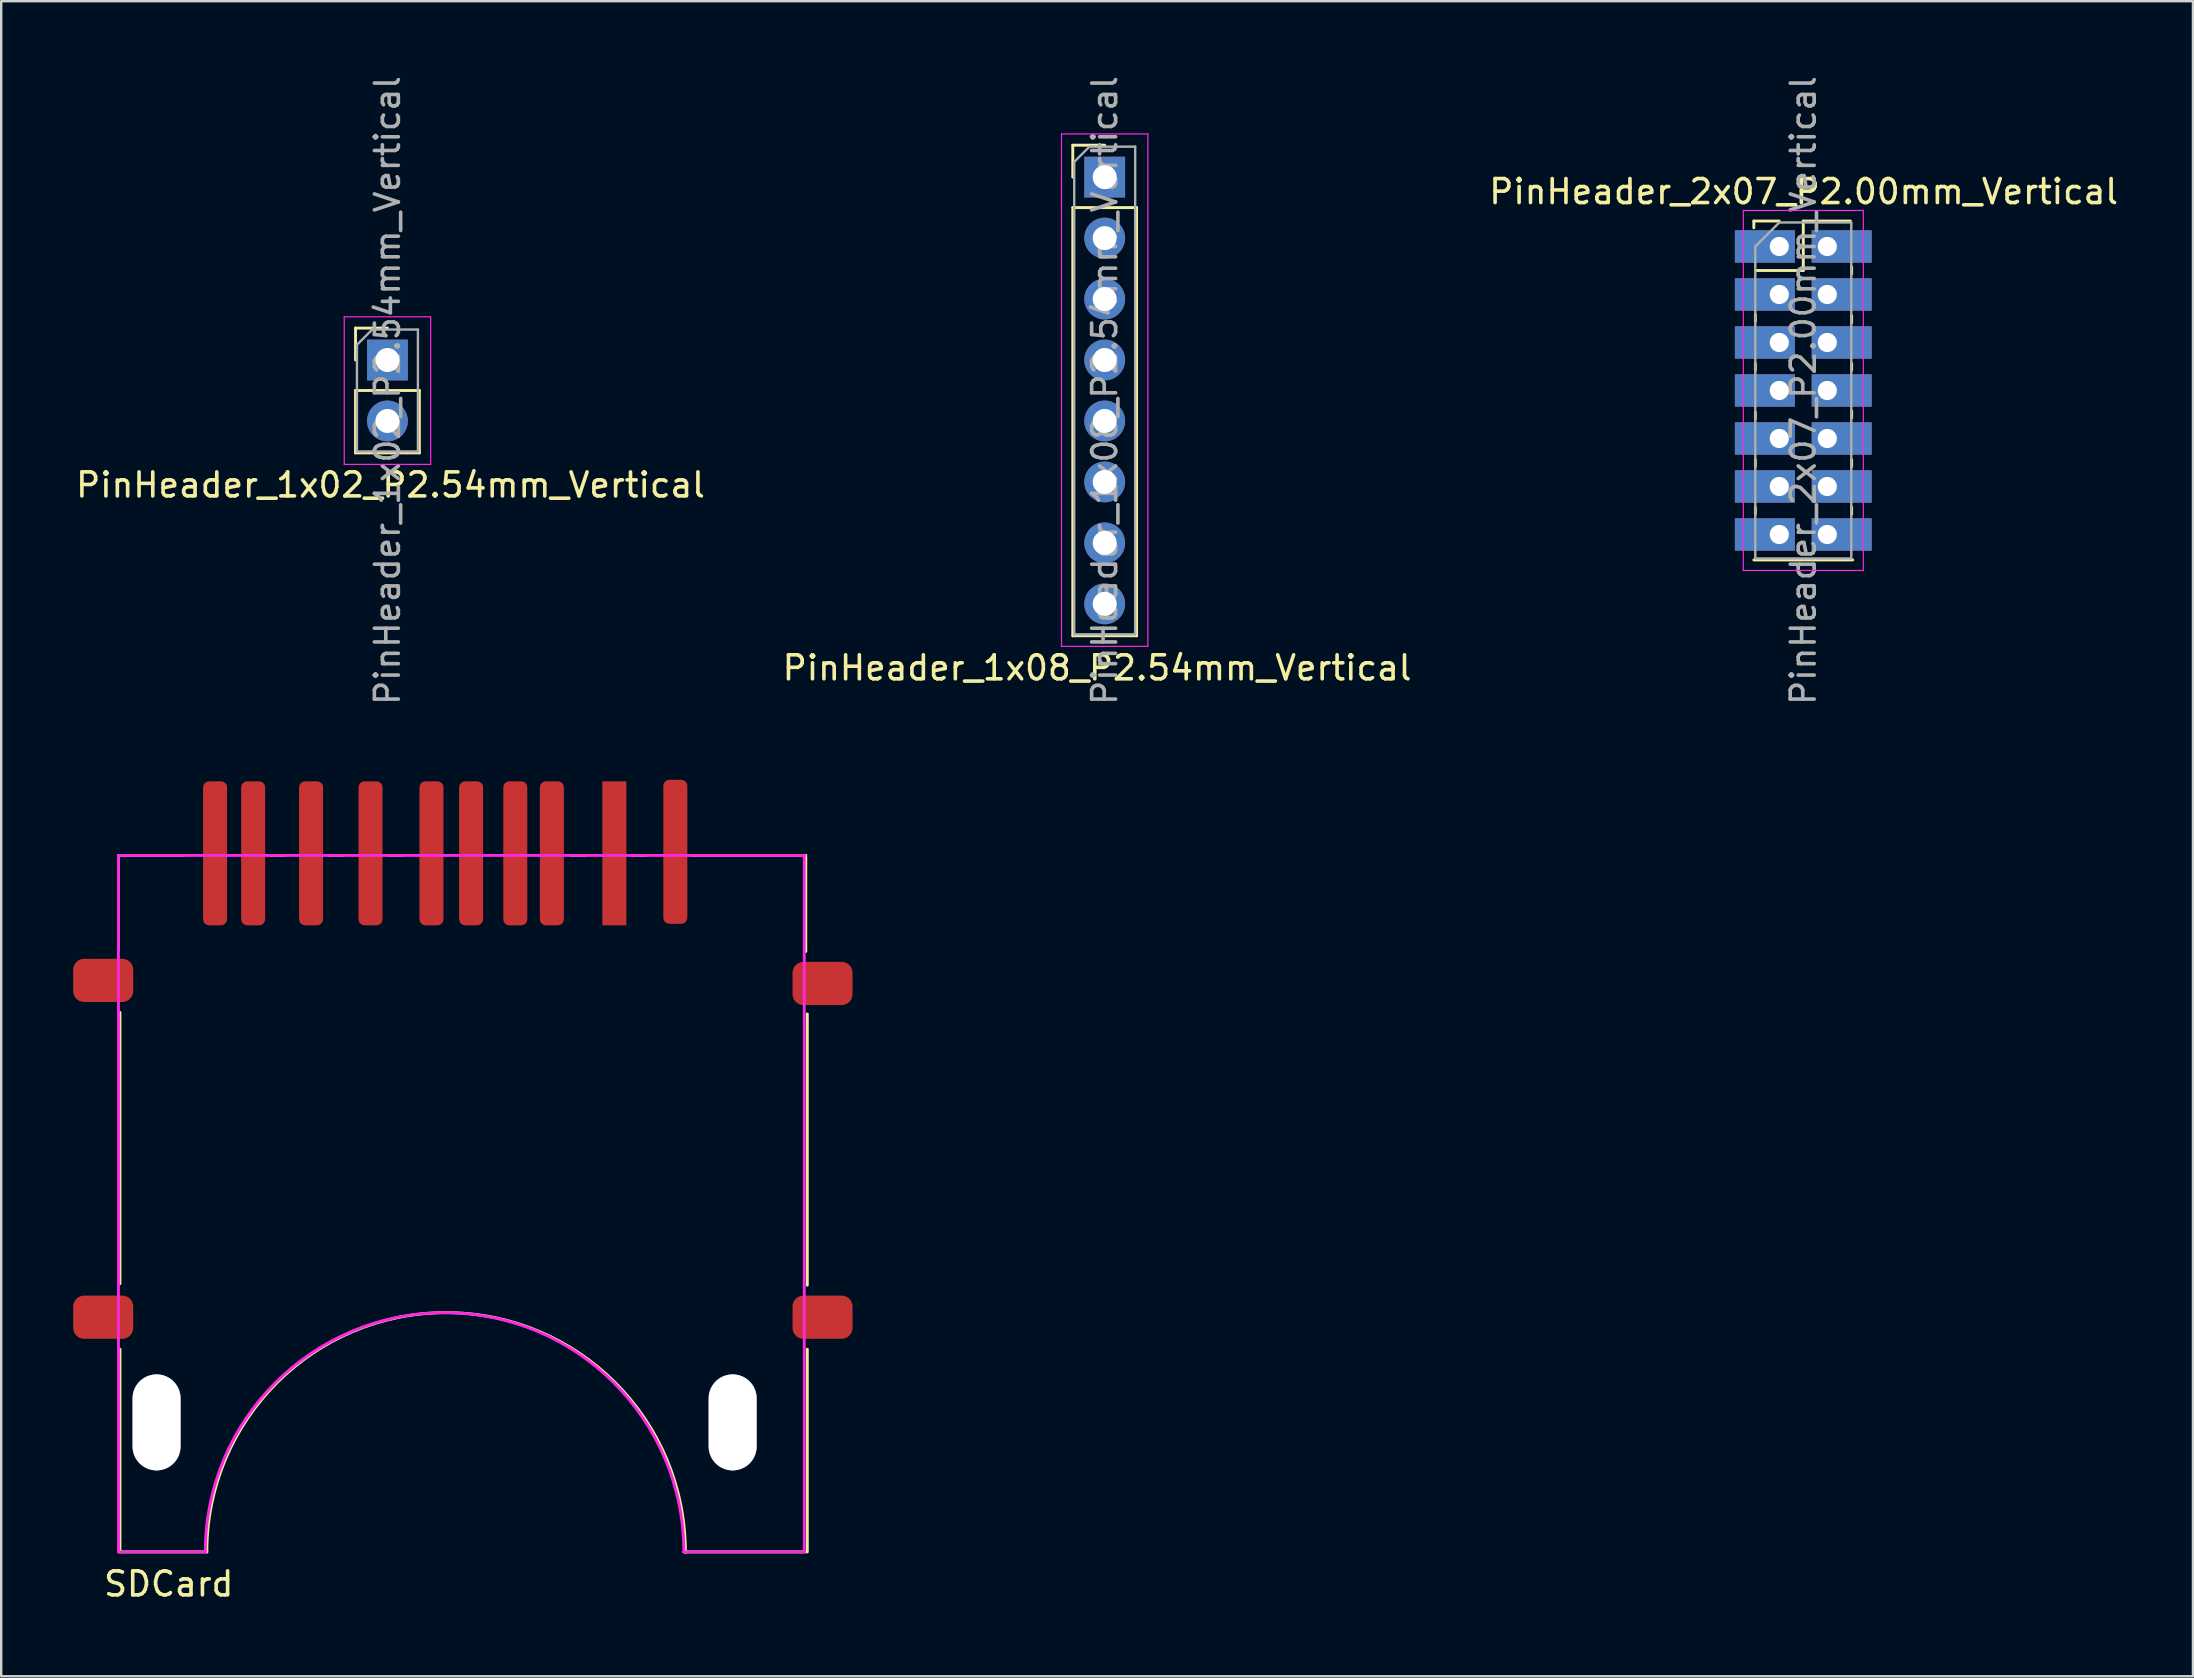
<source format=kicad_pcb>
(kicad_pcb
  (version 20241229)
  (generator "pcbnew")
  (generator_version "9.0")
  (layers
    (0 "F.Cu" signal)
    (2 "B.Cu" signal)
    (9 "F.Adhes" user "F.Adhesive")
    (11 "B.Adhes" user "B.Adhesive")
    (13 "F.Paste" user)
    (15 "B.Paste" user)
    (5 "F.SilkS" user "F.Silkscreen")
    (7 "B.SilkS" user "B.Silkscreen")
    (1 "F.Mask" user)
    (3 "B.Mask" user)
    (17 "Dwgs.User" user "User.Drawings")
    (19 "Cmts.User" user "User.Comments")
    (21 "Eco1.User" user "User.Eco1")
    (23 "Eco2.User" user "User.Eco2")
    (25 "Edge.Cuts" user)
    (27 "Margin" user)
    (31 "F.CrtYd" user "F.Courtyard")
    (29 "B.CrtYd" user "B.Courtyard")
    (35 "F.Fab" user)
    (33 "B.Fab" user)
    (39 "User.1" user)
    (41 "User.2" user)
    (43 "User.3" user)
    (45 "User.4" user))
  (footprint "PinHeader_1x08_P2.54mm_Vertical"
    (layer "F.Cu")
    (at 42.978 4.33)
    (property "Reference" "PinHeader_1x08_P2.54mm_Vertical" (at -0.318 20.447 0) (layer "F.SilkS") (effects (font (size 1 1) (thickness 0.15))))
    (attr through_hole)
    (fp_line (start -1.33 -1.33) (end 0 -1.33) (stroke (width 0.12) (type solid)) (layer "F.SilkS"))
    (fp_line (start -1.33 0) (end -1.33 -1.33) (stroke (width 0.12) (type solid)) (layer "F.SilkS"))
    (fp_line (start -1.33 1.27) (end -1.33 19.11) (stroke (width 0.12) (type solid)) (layer "F.SilkS"))
    (fp_line (start -1.33 1.27) (end 1.33 1.27) (stroke (width 0.12) (type solid)) (layer "F.SilkS"))
    (fp_line (start -1.33 19.11) (end 1.33 19.11) (stroke (width 0.12) (type solid)) (layer "F.SilkS"))
    (fp_line (start 1.33 1.27) (end 1.33 19.11) (stroke (width 0.12) (type solid)) (layer "F.SilkS"))
    (fp_line (start -1.8 -1.8) (end -1.8 19.55) (stroke (width 0.05) (type solid)) (layer "F.CrtYd"))
    (fp_line (start -1.8 19.55) (end 1.8 19.55) (stroke (width 0.05) (type solid)) (layer "F.CrtYd"))
    (fp_line (start 1.8 -1.8) (end -1.8 -1.8) (stroke (width 0.05) (type solid)) (layer "F.CrtYd"))
    (fp_line (start 1.8 19.55) (end 1.8 -1.8) (stroke (width 0.05) (type solid)) (layer "F.CrtYd"))
    (fp_line (start -1.27 -0.635) (end -0.635 -1.27) (stroke (width 0.1) (type solid)) (layer "F.Fab"))
    (fp_line (start -1.27 19.05) (end -1.27 -0.635) (stroke (width 0.1) (type solid)) (layer "F.Fab"))
    (fp_line (start -0.635 -1.27) (end 1.27 -1.27) (stroke (width 0.1) (type solid)) (layer "F.Fab"))
    (fp_line (start 1.27 -1.27) (end 1.27 19.05) (stroke (width 0.1) (type solid)) (layer "F.Fab"))
    (fp_line (start 1.27 19.05) (end -1.27 19.05) (stroke (width 0.1) (type solid)) (layer "F.Fab"))
    (fp_text user "${REFERENCE}" (at 0 8.89 90) (layer "F.Fab") (effects (font (size 1 1) (thickness 0.15))))
    (pad "1" thru_hole rect (at 0 0) (size 1.7 1.7) (drill 1) (layers "*.Cu" "*.Mask"))
    (pad "2" thru_hole oval (at 0 2.54) (size 1.7 1.7) (drill 1) (layers "*.Cu" "*.Mask"))
    (pad "3" thru_hole oval (at 0 5.08) (size 1.7 1.7) (drill 1) (layers "*.Cu" "*.Mask"))
    (pad "4" thru_hole oval (at 0 7.62) (size 1.7 1.7) (drill 1) (layers "*.Cu" "*.Mask"))
    (pad "5" thru_hole oval (at 0 10.16) (size 1.7 1.7) (drill 1) (layers "*.Cu" "*.Mask"))
    (pad "6" thru_hole oval (at 0 12.7) (size 1.7 1.7) (drill 1) (layers "*.Cu" "*.Mask"))
    (pad "7" thru_hole oval (at 0 15.24) (size 1.7 1.7) (drill 1) (layers "*.Cu" "*.Mask"))
    (pad "8" thru_hole oval (at 0 17.78) (size 1.7 1.7) (drill 1) (layers "*.Cu" "*.Mask")))
  (footprint "PinHeader_2x07_P2.00mm_Vertical"
    (layer "F.Cu")
    (at 72.069 13.3)
    (property "Reference" "PinHeader_2x07_P2.00mm_Vertical" (at 0.032 -8.366 0) (layer "F.SilkS") (effects (font (size 1 1) (thickness 0.15))))
    (attr through_hole)
    (fp_line (start -2.044 -7.14) (end -0.984 -7.14) (stroke (width 0.12) (type solid)) (layer "F.SilkS"))
    (fp_line (start -2.044 -6.858) (end -2.044 -7.14) (stroke (width 0.12) (type solid)) (layer "F.SilkS"))
    (fp_line (start -2.044 6.98) (end 2.076 6.98) (stroke (width 0.12) (type solid)) (layer "F.SilkS"))
    (fp_line (start -1.981 -5.08) (end 0.016 -5.08) (stroke (width 0.12) (type solid)) (layer "F.SilkS"))
    (fp_line (start -1.981 -2.958) (end -1.981 -3.24) (stroke (width 0.12) (type solid)) (layer "F.SilkS"))
    (fp_line (start -1.981 -0.926) (end -1.981 -1.208) (stroke (width 0.12) (type solid)) (layer "F.SilkS"))
    (fp_line (start -1.981 1.106) (end -1.981 0.824) (stroke (width 0.12) (type solid)) (layer "F.SilkS"))
    (fp_line (start -1.981 3.087) (end -1.981 2.805) (stroke (width 0.12) (type solid)) (layer "F.SilkS"))
    (fp_line (start -1.981 5.069) (end -1.981 4.787) (stroke (width 0.12) (type solid)) (layer "F.SilkS"))
    (fp_line (start 0.016 -7.14) (end 1.981 -7.14) (stroke (width 0.12) (type solid)) (layer "F.SilkS"))
    (fp_line (start 0.016 -5.08) (end 0.016 -7.14) (stroke (width 0.12) (type solid)) (layer "F.SilkS"))
    (fp_line (start 2.032 -4.939) (end 2.032 -5.221) (stroke (width 0.12) (type solid)) (layer "F.SilkS"))
    (fp_line (start 2.032 -2.907) (end 2.032 -3.189) (stroke (width 0.12) (type solid)) (layer "F.SilkS"))
    (fp_line (start 2.032 -0.926) (end 2.032 -1.208) (stroke (width 0.12) (type solid)) (layer "F.SilkS"))
    (fp_line (start 2.032 1.055) (end 2.032 0.773) (stroke (width 0.12) (type solid)) (layer "F.SilkS"))
    (fp_line (start 2.032 3.087) (end 2.032 2.805) (stroke (width 0.12) (type solid)) (layer "F.SilkS"))
    (fp_line (start 2.032 5.069) (end 2.032 4.787) (stroke (width 0.12) (type solid)) (layer "F.SilkS"))
    (fp_line (start -2.484 -7.58) (end -2.484 7.42) (stroke (width 0.05) (type solid)) (layer "F.CrtYd"))
    (fp_line (start -2.484 7.42) (end 2.516 7.42) (stroke (width 0.05) (type solid)) (layer "F.CrtYd"))
    (fp_line (start 2.516 -7.58) (end -2.484 -7.58) (stroke (width 0.05) (type solid)) (layer "F.CrtYd"))
    (fp_line (start 2.516 7.42) (end 2.516 -7.58) (stroke (width 0.05) (type solid)) (layer "F.CrtYd"))
    (fp_line (start -1.984 -6.08) (end -0.984 -7.08) (stroke (width 0.1) (type solid)) (layer "F.Fab"))
    (fp_line (start -1.984 6.92) (end -1.984 -6.08) (stroke (width 0.1) (type solid)) (layer "F.Fab"))
    (fp_line (start -0.984 -7.08) (end 2.016 -7.08) (stroke (width 0.1) (type solid)) (layer "F.Fab"))
    (fp_line (start 2.016 -7.08) (end 2.016 6.92) (stroke (width 0.1) (type solid)) (layer "F.Fab"))
    (fp_line (start 2.016 6.92) (end -1.984 6.92) (stroke (width 0.1) (type solid)) (layer "F.Fab"))
    (fp_text user "${REFERENCE}" (at 0.016 -0.08 90) (layer "F.Fab") (effects (font (size 1 1) (thickness 0.15))))
    (pad "1" thru_hole rect (at -0.984 -6.08) (size 2.5 1.35) (drill 0.8 (offset -0.6 0)) (layers "*.Cu" "*.Mask"))
    (pad "2" thru_hole rect (at 1.016 -6.08) (size 2.5 1.35) (drill 0.8 (offset 0.6 0)) (layers "*.Cu" "*.Mask"))
    (pad "3" thru_hole rect (at -0.984 -4.08) (size 2.5 1.35) (drill 0.8 (offset -0.6 0)) (layers "*.Cu" "*.Mask"))
    (pad "4" thru_hole rect (at 1.016 -4.08) (size 2.5 1.35) (drill 0.8 (offset 0.6 0)) (layers "*.Cu" "*.Mask"))
    (pad "5" thru_hole rect (at -0.984 -2.08) (size 2.5 1.35) (drill 0.8 (offset -0.6 0)) (layers "*.Cu" "*.Mask"))
    (pad "6" thru_hole rect (at 1.016 -2.08) (size 2.5 1.35) (drill 0.8 (offset 0.6 0)) (layers "*.Cu" "*.Mask"))
    (pad "7" thru_hole rect (at -0.984 -0.08) (size 2.5 1.35) (drill 0.8 (offset -0.6 0)) (layers "*.Cu" "*.Mask"))
    (pad "8" thru_hole rect (at 1.016 -0.08) (size 2.5 1.35) (drill 0.8 (offset 0.6 0)) (layers "*.Cu" "*.Mask"))
    (pad "9" thru_hole rect (at -0.984 1.92) (size 2.5 1.35) (drill 0.8 (offset -0.6 0)) (layers "*.Cu" "*.Mask"))
    (pad "10" thru_hole rect (at 1.016 1.92) (size 2.5 1.35) (drill 0.8 (offset 0.6 0)) (layers "*.Cu" "*.Mask"))
    (pad "11" thru_hole rect (at -0.984 3.92) (size 2.5 1.35) (drill 0.8 (offset -0.6 0)) (layers "*.Cu" "*.Mask"))
    (pad "12" thru_hole rect (at 1.016 3.92) (size 2.5 1.35) (drill 0.8 (offset 0.6 0)) (layers "*.Cu" "*.Mask"))
    (pad "13" thru_hole rect (at -0.984 5.92) (size 2.5 1.35) (drill 0.8 (offset -0.6 0)) (layers "*.Cu" "*.Mask"))
    (pad "14" thru_hole rect (at 1.016 5.92) (size 2.5 1.35) (drill 0.8 (offset 0.6 0)) (layers "*.Cu" "*.Mask")))
  (footprint "PinHeader_1x02_P2.54mm_Vertical"
    (layer "F.Cu")
    (at 13.093 11.95)
    (property "Reference" "PinHeader_1x02_P2.54mm_Vertical" (at 0.127 5.207 0) (layer "F.SilkS") (effects (font (size 1 1) (thickness 0.15))))
    (attr through_hole)
    (fp_line (start -1.33 -1.33) (end 0 -1.33) (stroke (width 0.12) (type solid)) (layer "F.SilkS"))
    (fp_line (start -1.33 0) (end -1.33 -1.33) (stroke (width 0.12) (type solid)) (layer "F.SilkS"))
    (fp_line (start -1.33 1.27) (end -1.33 3.87) (stroke (width 0.12) (type solid)) (layer "F.SilkS"))
    (fp_line (start -1.33 1.27) (end 1.33 1.27) (stroke (width 0.12) (type solid)) (layer "F.SilkS"))
    (fp_line (start -1.33 3.87) (end 1.33 3.87) (stroke (width 0.12) (type solid)) (layer "F.SilkS"))
    (fp_line (start 1.33 1.27) (end 1.33 3.87) (stroke (width 0.12) (type solid)) (layer "F.SilkS"))
    (fp_line (start -1.8 -1.8) (end -1.8 4.35) (stroke (width 0.05) (type solid)) (layer "F.CrtYd"))
    (fp_line (start -1.8 4.35) (end 1.8 4.35) (stroke (width 0.05) (type solid)) (layer "F.CrtYd"))
    (fp_line (start 1.8 -1.8) (end -1.8 -1.8) (stroke (width 0.05) (type solid)) (layer "F.CrtYd"))
    (fp_line (start 1.8 4.35) (end 1.8 -1.8) (stroke (width 0.05) (type solid)) (layer "F.CrtYd"))
    (fp_line (start -1.27 -0.635) (end -0.635 -1.27) (stroke (width 0.1) (type solid)) (layer "F.Fab"))
    (fp_line (start -1.27 3.81) (end -1.27 -0.635) (stroke (width 0.1) (type solid)) (layer "F.Fab"))
    (fp_line (start -0.635 -1.27) (end 1.27 -1.27) (stroke (width 0.1) (type solid)) (layer "F.Fab"))
    (fp_line (start 1.27 -1.27) (end 1.27 3.81) (stroke (width 0.1) (type solid)) (layer "F.Fab"))
    (fp_line (start 1.27 3.81) (end -1.27 3.81) (stroke (width 0.1) (type solid)) (layer "F.Fab"))
    (fp_text user "${REFERENCE}" (at 0 1.27 90) (layer "F.Fab") (effects (font (size 1 1) (thickness 0.15))))
    (pad "1" thru_hole rect (at 0 0) (size 1.7 1.7) (drill 1) (layers "*.Cu" "*.Mask"))
    (pad "2" thru_hole oval (at 0 2.54) (size 1.7 1.7) (drill 1) (layers "*.Cu" "*.Mask")))
  (footprint "SDCard"
    (layer "F.Cu")
    (at 15.728 46.118)
    (property "Reference" "SDCard" (at -11.748 16.828 0) (layer "F.SilkS") (effects (font (size 1 1) (thickness 0.15))))
    (attr through_hole)
    (fp_line (start -13.843 -13.525) (end -13.843 -9.588) (stroke (width 0.12) (type solid)) (layer "F.SilkS"))
    (fp_line (start -13.843 -13.525) (end -11.113 -13.525) (stroke (width 0.12) (type solid)) (layer "F.SilkS"))
    (fp_line (start -13.78 -6.985) (end -13.78 4.318) (stroke (width 0.12) (type solid)) (layer "F.SilkS"))
    (fp_line (start -13.78 15.494) (end -13.78 7.048) (stroke (width 0.12) (type solid)) (layer "F.SilkS"))
    (fp_line (start -13.78 15.494) (end -10.16 15.494) (stroke (width 0.12) (type solid)) (layer "F.SilkS"))
    (fp_line (start -7.493 -13.525) (end -6.921 -13.525) (stroke (width 0.12) (type solid)) (layer "F.SilkS"))
    (fp_line (start -5.048 -13.525) (end -4.477 -13.525) (stroke (width 0.12) (type solid)) (layer "F.SilkS"))
    (fp_line (start -2.603 -13.525) (end -2.032 -13.525) (stroke (width 0.12) (type solid)) (layer "F.SilkS"))
    (fp_line (start 5.016 -13.525) (end 5.588 -13.525) (stroke (width 0.12) (type solid)) (layer "F.SilkS"))
    (fp_line (start 7.556 -13.525) (end 8.128 -13.525) (stroke (width 0.12) (type solid)) (layer "F.SilkS"))
    (fp_line (start 9.716 15.494) (end 9.779 15.494) (stroke (width 0.12) (type solid)) (layer "F.SilkS"))
    (fp_line (start 9.779 15.494) (end 9.842 15.494) (stroke (width 0.12) (type solid)) (layer "F.SilkS"))
    (fp_line (start 14.796 -13.525) (end 10.033 -13.525) (stroke (width 0.12) (type solid)) (layer "F.SilkS"))
    (fp_line (start 14.796 -13.462) (end 14.796 -9.525) (stroke (width 0.12) (type solid)) (layer "F.SilkS"))
    (fp_line (start 14.796 15.494) (end 9.779 15.494) (stroke (width 0.12) (type solid)) (layer "F.SilkS"))
    (fp_line (start 14.859 -6.921) (end 14.859 4.381) (stroke (width 0.12) (type solid)) (layer "F.SilkS"))
    (fp_line (start 14.859 15.494) (end 14.859 7.048) (stroke (width 0.12) (type solid)) (layer "F.SilkS"))
    (fp_arc (start -10.16 15.494) (mid -0.1905 5.5245) (end 9.779 15.494) (stroke (width 0.12) (type solid)) (layer "F.SilkS"))
    (fp_line (start -13.843 -13.525) (end -13.843 15.494) (stroke (width 0.12) (type solid)) (layer "F.CrtYd"))
    (fp_line (start -13.843 -13.525) (end 14.732 -13.525) (stroke (width 0.12) (type solid)) (layer "F.CrtYd"))
    (fp_line (start -13.843 15.494) (end -10.223 15.494) (stroke (width 0.12) (type solid)) (layer "F.CrtYd"))
    (fp_line (start 14.732 -13.525) (end 14.732 15.494) (stroke (width 0.12) (type solid)) (layer "F.CrtYd"))
    (fp_line (start 14.732 15.494) (end 9.716 15.494) (stroke (width 0.12) (type solid)) (layer "F.CrtYd"))
    (fp_arc (start -10.2235 15.494) (mid -0.254 5.5245) (end 9.7155 15.494) (stroke (width 0.12) (type solid)) (layer "F.CrtYd"))
    (pad "" smd roundrect (at -14.478 -8.319) (size 2.5 1.8) (layers "F.Cu" "F.Mask" "F.Paste") (roundrect_rratio 0.25))
    (pad "" smd roundrect (at -14.478 5.715) (size 2.5 1.8) (layers "F.Cu" "F.Mask" "F.Paste") (roundrect_rratio 0.25))
    (pad "" smd roundrect (at 15.494 -8.191) (size 2.5 1.8) (layers "F.Cu" "F.Mask" "F.Paste") (roundrect_rratio 0.25))
    (pad "" smd roundrect (at 15.494 5.715) (size 2.5 1.8) (layers "F.Cu" "F.Mask" "F.Paste") (roundrect_rratio 0.25))
    (pad "0" thru_hole oval (at -12.255 10.097) (size 2 4) (drill oval 2 4) (layers "*.Cu" "*.Mask"))
    (pad "0" thru_hole oval (at 11.748 10.097) (size 2 4) (drill oval 2 4) (layers "*.Cu" "*.Mask"))
    (pad "1" smd rect (at 6.82 -13.614) (size 1 6) (layers "F.Cu" "F.Mask" "F.Paste"))
    (pad "2" smd roundrect (at 4.216 -13.614) (size 1 6) (layers "F.Cu" "F.Mask" "F.Paste") (roundrect_rratio 0.25))
    (pad "3" smd roundrect (at 0.851 -13.614) (size 1 6) (layers "F.Cu" "F.Mask" "F.Paste") (roundrect_rratio 0.25))
    (pad "3" smd roundrect (at 2.692 -13.614) (size 1 6) (layers "F.Cu" "F.Mask" "F.Paste") (roundrect_rratio 0.25))
    (pad "4" smd roundrect (at -0.8 -13.614) (size 1 6) (layers "F.Cu" "F.Mask" "F.Paste") (roundrect_rratio 0.25))
    (pad "5" smd roundrect (at -3.34 -13.614) (size 1 6) (layers "F.Cu" "F.Mask" "F.Paste") (roundrect_rratio 0.25))
    (pad "6" smd roundrect (at -5.817 -13.614) (size 1 6) (layers "F.Cu" "F.Mask" "F.Paste") (roundrect_rratio 0.25))
    (pad "7" smd roundrect (at -8.23 -13.614) (size 1 6) (layers "F.Cu" "F.Mask" "F.Paste") (roundrect_rratio 0.25))
    (pad "8" smd roundrect (at -9.817 -13.614) (size 1 6) (layers "F.Cu" "F.Mask" "F.Paste") (roundrect_rratio 0.25))
    (pad "9" smd roundrect (at 9.36 -13.678) (size 1 6) (layers "F.Cu" "F.Mask" "F.Paste") (roundrect_rratio 0.25)))
  (gr_rect
    (start -3 -3)
    (end 88.321 66.794)
    (stroke (width 0.1) (type default))
    (fill no)
    (layer "Edge.Cuts")))
</source>
